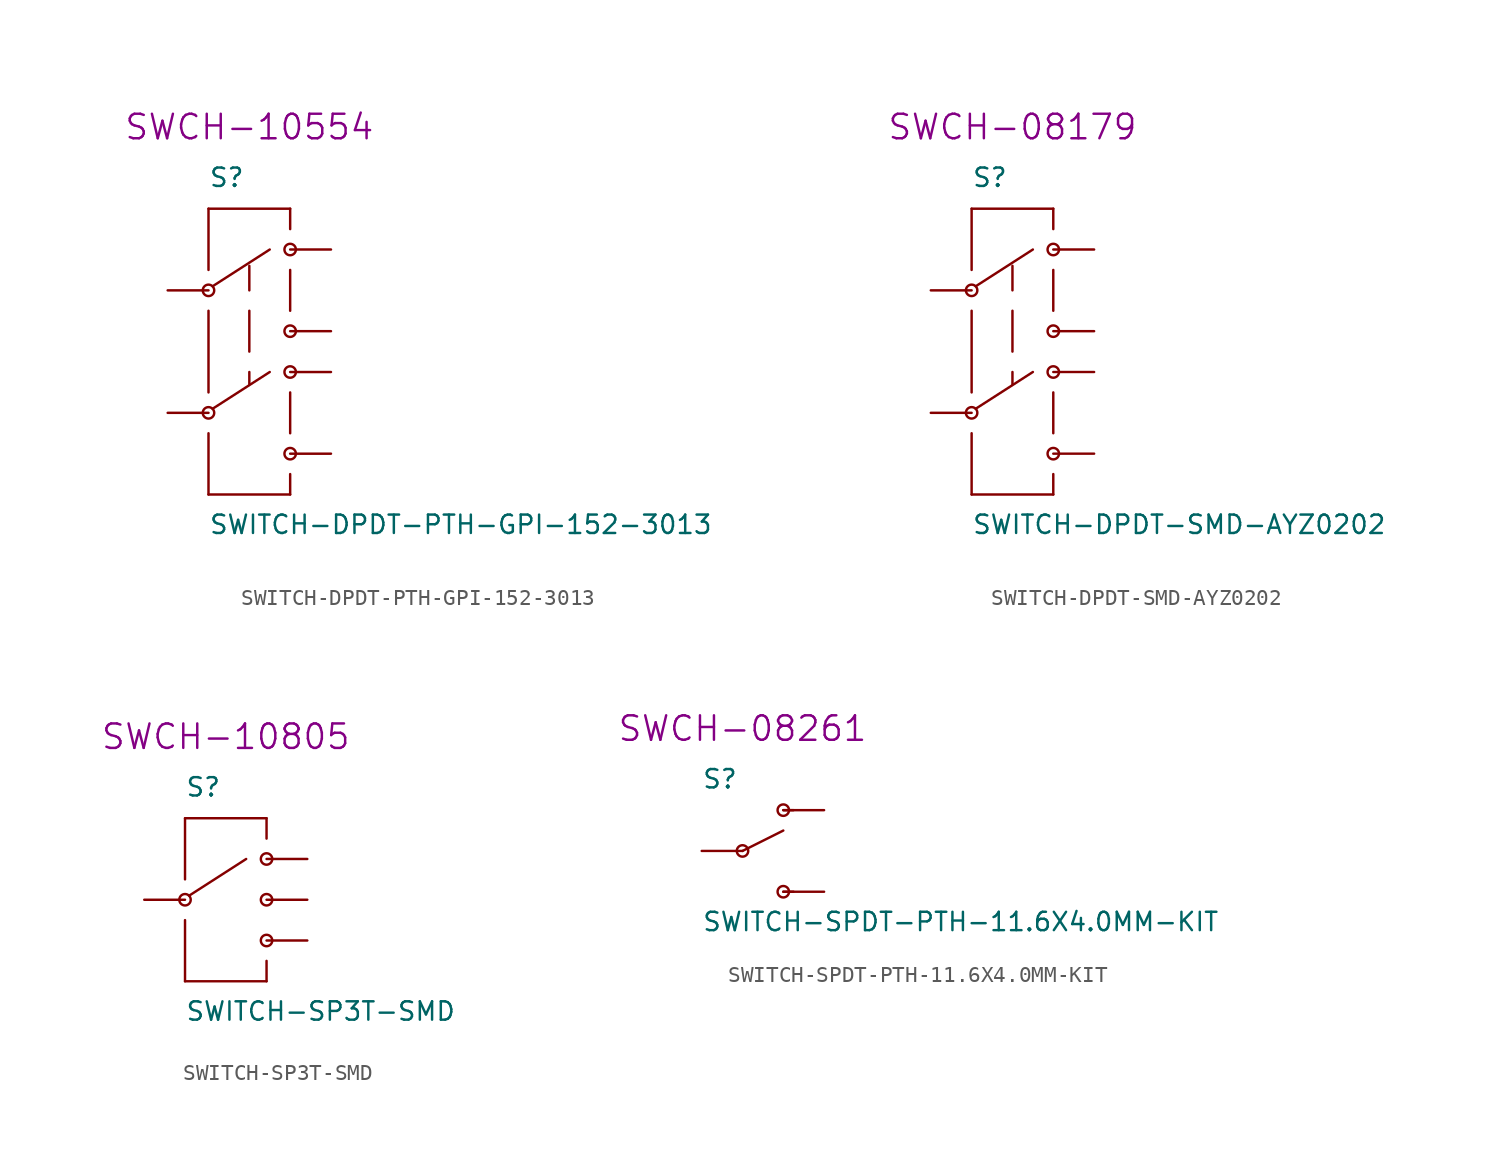
<source format=kicad_sym>
(kicad_symbol_lib
  (version 20201005)
  (generator kicad_symbol_editor)
  (symbol "SWITCH-DPDT-PTH-GPI-152-3013"
    (pin_numbers hide)
    (pin_names
      (offset 1.016) hide)
    (property "Reference" "S"
      (at -2.54 8.89 0)
      (effects (font (size 1.143 1.143)) (justify left bottom)))
    (property "Value" "SWITCH-DPDT-PTH-GPI-152-3013"
      (at -2.54 -12.7 0)
      (effects (font (size 1.143 1.143)) (justify left bottom)))
    (property "Field4" "SWCH-10554"
      (at 0 12.7 0)
      (effects (font (size 1.524 1.524))))
    (property "ki_locked" ""
      (at 0 0 0)
      (effects (font (size 1.27 1.27))))
    (symbol "SWITCH-DPDT-PTH-GPI-152-3013_1_0"
      (polyline (pts (xy -2.54 -10.16) (xy 2.54 -10.16)) (stroke (width 0)) (fill (type none)))
      (polyline (pts (xy -2.54 -6.35) (xy -2.54 -10.16)) (stroke (width 0)) (fill (type none)))
      (polyline (pts (xy -2.54 1.27) (xy -2.54 -3.81)) (stroke (width 0)) (fill (type none)))
      (polyline (pts (xy -2.54 7.62) (xy -2.54 3.81)) (stroke (width 0)) (fill (type none)))
      (polyline (pts (xy -2.286 -4.826) (xy 1.27 -2.54)) (stroke (width 0)) (fill (type none)))
      (polyline (pts (xy 0 -2.54) (xy 0 -3.302)) (stroke (width 0)) (fill (type none)))
      (polyline (pts (xy 0 1.27) (xy 0 -1.27)) (stroke (width 0)) (fill (type none)))
      (polyline (pts (xy 0 4.064) (xy 0 2.54)) (stroke (width 0)) (fill (type none)))
      (polyline (pts (xy 1.27 5.08) (xy -2.286 2.794)) (stroke (width 0)) (fill (type none)))
      (polyline (pts (xy 2.54 -10.16) (xy 2.54 -8.89)) (stroke (width 0)) (fill (type none)))
      (polyline (pts (xy 2.54 -6.35) (xy 2.54 -3.81)) (stroke (width 0)) (fill (type none)))
      (polyline (pts (xy 2.54 3.81) (xy 2.54 1.27)) (stroke (width 0)) (fill (type none)))
      (polyline (pts (xy 2.54 6.35) (xy 2.54 7.62)) (stroke (width 0)) (fill (type none)))
      (polyline (pts (xy 2.54 7.62) (xy -2.54 7.62)) (stroke (width 0)) (fill (type none))))
    (symbol "SWITCH-DPDT-PTH-GPI-152-3013_1_1"
      (circle (center -2.54 -5.08) (radius 0.356) (stroke (width 0)) (fill (type none)))
      (circle (center -2.54 2.54) (radius 0.356) (stroke (width 0)) (fill (type none)))
      (circle (center 2.54 -7.62) (radius 0.356) (stroke (width 0)) (fill (type none)))
      (circle (center 2.54 -2.54) (radius 0.356) (stroke (width 0)) (fill (type none)))
      (circle (center 2.54 0) (radius 0.356) (stroke (width 0)) (fill (type none)))
      (circle (center 2.54 5.08) (radius 0.356) (stroke (width 0)) (fill (type none)))
      (pin bidirectional line (at 5.08 5.08 180) (length 2.54) (name "1" (effects (font (size 1.016 1.016)))) (number "10" (effects (font (size 1.016 1.016)))))
      (pin bidirectional line (at 5.08 0 180) (length 2.54) (name "3" (effects (font (size 1.016 1.016)))) (number "20" (effects (font (size 1.016 1.016)))))
      (pin bidirectional line (at 5.08 -2.54 180) (length 2.54) (name "4" (effects (font (size 1.016 1.016)))) (number "11" (effects (font (size 1.016 1.016)))))
      (pin bidirectional line (at 5.08 -7.62 180) (length 2.54) (name "6" (effects (font (size 1.016 1.016)))) (number "21" (effects (font (size 1.016 1.016)))))
      (pin bidirectional line (at -5.08 2.54 0) (length 2.54) (name "2" (effects (font (size 1.016 1.016)))) (number "C@1" (effects (font (size 1.016 1.016)))))
      (pin bidirectional line (at -5.08 -5.08 0) (length 2.54) (name "5" (effects (font (size 1.016 1.016)))) (number "C@2" (effects (font (size 1.016 1.016)))))))
  (symbol "SWITCH-DPDT-SMD-AYZ0202"
    (pin_numbers hide)
    (pin_names
      (offset 1.016) hide)
    (property "Reference" "S"
      (at -2.54 8.89 0)
      (effects (font (size 1.143 1.143)) (justify left bottom)))
    (property "Value" "SWITCH-DPDT-SMD-AYZ0202"
      (at -2.54 -12.7 0)
      (effects (font (size 1.143 1.143)) (justify left bottom)))
    (property "Field4" "SWCH-08179"
      (at 0 12.7 0)
      (effects (font (size 1.524 1.524))))
    (property "ki_locked" ""
      (at 0 0 0)
      (effects (font (size 1.27 1.27))))
    (symbol "SWITCH-DPDT-SMD-AYZ0202_1_0"
      (polyline (pts (xy -2.54 -10.16) (xy 2.54 -10.16)) (stroke (width 0)) (fill (type none)))
      (polyline (pts (xy -2.54 -6.35) (xy -2.54 -10.16)) (stroke (width 0)) (fill (type none)))
      (polyline (pts (xy -2.54 1.27) (xy -2.54 -3.81)) (stroke (width 0)) (fill (type none)))
      (polyline (pts (xy -2.54 7.62) (xy -2.54 3.81)) (stroke (width 0)) (fill (type none)))
      (polyline (pts (xy -2.286 -4.826) (xy 1.27 -2.54)) (stroke (width 0)) (fill (type none)))
      (polyline (pts (xy 0 -2.54) (xy 0 -3.302)) (stroke (width 0)) (fill (type none)))
      (polyline (pts (xy 0 1.27) (xy 0 -1.27)) (stroke (width 0)) (fill (type none)))
      (polyline (pts (xy 0 4.064) (xy 0 2.54)) (stroke (width 0)) (fill (type none)))
      (polyline (pts (xy 1.27 5.08) (xy -2.286 2.794)) (stroke (width 0)) (fill (type none)))
      (polyline (pts (xy 2.54 -10.16) (xy 2.54 -8.89)) (stroke (width 0)) (fill (type none)))
      (polyline (pts (xy 2.54 -6.35) (xy 2.54 -3.81)) (stroke (width 0)) (fill (type none)))
      (polyline (pts (xy 2.54 3.81) (xy 2.54 1.27)) (stroke (width 0)) (fill (type none)))
      (polyline (pts (xy 2.54 6.35) (xy 2.54 7.62)) (stroke (width 0)) (fill (type none)))
      (polyline (pts (xy 2.54 7.62) (xy -2.54 7.62)) (stroke (width 0)) (fill (type none))))
    (symbol "SWITCH-DPDT-SMD-AYZ0202_1_1"
      (circle (center -2.54 -5.08) (radius 0.356) (stroke (width 0)) (fill (type none)))
      (circle (center -2.54 2.54) (radius 0.356) (stroke (width 0)) (fill (type none)))
      (circle (center 2.54 -7.62) (radius 0.356) (stroke (width 0)) (fill (type none)))
      (circle (center 2.54 -2.54) (radius 0.356) (stroke (width 0)) (fill (type none)))
      (circle (center 2.54 0) (radius 0.356) (stroke (width 0)) (fill (type none)))
      (circle (center 2.54 5.08) (radius 0.356) (stroke (width 0)) (fill (type none)))
      (pin bidirectional line (at 5.08 5.08 180) (length 2.54) (name "1" (effects (font (size 1.016 1.016)))) (number "1" (effects (font (size 1.016 1.016)))))
      (pin bidirectional line (at -5.08 2.54 0) (length 2.54) (name "2" (effects (font (size 1.016 1.016)))) (number "2" (effects (font (size 1.016 1.016)))))
      (pin bidirectional line (at 5.08 0 180) (length 2.54) (name "3" (effects (font (size 1.016 1.016)))) (number "3" (effects (font (size 1.016 1.016)))))
      (pin bidirectional line (at 5.08 -2.54 180) (length 2.54) (name "4" (effects (font (size 1.016 1.016)))) (number "4" (effects (font (size 1.016 1.016)))))
      (pin bidirectional line (at -5.08 -5.08 0) (length 2.54) (name "5" (effects (font (size 1.016 1.016)))) (number "5" (effects (font (size 1.016 1.016)))))
      (pin bidirectional line (at 5.08 -7.62 180) (length 2.54) (name "6" (effects (font (size 1.016 1.016)))) (number "6" (effects (font (size 1.016 1.016)))))))
  (symbol "SWITCH-SP3T-SMD"
    (pin_numbers hide)
    (pin_names
      (offset 1.016) hide)
    (property "Reference" "S"
      (at -2.54 6.35 0)
      (effects (font (size 1.143 1.143)) (justify left bottom)))
    (property "Value" "SWITCH-SP3T-SMD"
      (at -2.54 -7.62 0)
      (effects (font (size 1.143 1.143)) (justify left bottom)))
    (property "Field4" "SWCH-10805"
      (at 0 10.16 0)
      (effects (font (size 1.524 1.524))))
    (property "ki_locked" ""
      (at 0 0 0)
      (effects (font (size 1.27 1.27))))
    (symbol "SWITCH-SP3T-SMD_1_0"
      (polyline (pts (xy -2.54 -5.08) (xy 2.54 -5.08)) (stroke (width 0)) (fill (type none)))
      (polyline (pts (xy -2.54 -1.27) (xy -2.54 -5.08)) (stroke (width 0)) (fill (type none)))
      (polyline (pts (xy -2.54 1.27) (xy -2.54 5.08)) (stroke (width 0)) (fill (type none)))
      (polyline (pts (xy 1.27 2.54) (xy -2.286 0.254)) (stroke (width 0)) (fill (type none)))
      (polyline (pts (xy 2.54 -5.08) (xy 2.54 -3.81)) (stroke (width 0)) (fill (type none)))
      (polyline (pts (xy 2.54 3.81) (xy 2.54 5.08)) (stroke (width 0)) (fill (type none)))
      (polyline (pts (xy 2.54 5.08) (xy -2.54 5.08)) (stroke (width 0)) (fill (type none))))
    (symbol "SWITCH-SP3T-SMD_1_1"
      (circle (center -2.54 0) (radius 0.356) (stroke (width 0)) (fill (type none)))
      (circle (center 2.54 -2.54) (radius 0.356) (stroke (width 0)) (fill (type none)))
      (circle (center 2.54 0) (radius 0.356) (stroke (width 0)) (fill (type none)))
      (circle (center 2.54 2.54) (radius 0.356) (stroke (width 0)) (fill (type none)))
      (pin bidirectional line (at 5.08 2.54 180) (length 2.54) (name "1" (effects (font (size 1.016 1.016)))) (number "1" (effects (font (size 1.016 1.016)))))
      (pin bidirectional line (at 5.08 0 180) (length 2.54) (name "2" (effects (font (size 1.016 1.016)))) (number "2" (effects (font (size 1.016 1.016)))))
      (pin bidirectional line (at -5.08 0 0) (length 2.54) (name "3" (effects (font (size 1.016 1.016)))) (number "3" (effects (font (size 1.016 1.016)))))
      (pin bidirectional line (at 5.08 -2.54 180) (length 2.54) (name "4" (effects (font (size 1.016 1.016)))) (number "4" (effects (font (size 1.016 1.016)))))))
  (symbol "SWITCH-SPDT-PTH-11.6X4.0MM-KIT"
    (pin_numbers hide)
    (pin_names
      (offset 1.016) hide)
    (property "Reference" "S"
      (at -2.54 3.81 0)
      (effects (font (size 1.143 1.143)) (justify left bottom)))
    (property "Value" "SWITCH-SPDT-PTH-11.6X4.0MM-KIT"
      (at -2.54 -5.08 0)
      (effects (font (size 1.143 1.143)) (justify left bottom)))
    (property "Field4" "SWCH-08261"
      (at 0 7.62 0)
      (effects (font (size 1.524 1.524))))
    (property "ki_locked" ""
      (at 0 0 0)
      (effects (font (size 1.27 1.27))))
    (symbol "SWITCH-SPDT-PTH-11.6X4.0MM-KIT_1_0"
      (polyline (pts (xy 0 0) (xy 2.54 1.27)) (stroke (width 0)) (fill (type none)))
      (polyline (pts (xy 2.54 -2.54) (xy 3.175 -2.54)) (stroke (width 0)) (fill (type none)))
      (polyline (pts (xy 2.54 2.54) (xy 3.175 2.54)) (stroke (width 0)) (fill (type none))))
    (symbol "SWITCH-SPDT-PTH-11.6X4.0MM-KIT_1_1"
      (circle (center 0 0) (radius 0.356) (stroke (width 0)) (fill (type none)))
      (circle (center 2.54 -2.54) (radius 0.356) (stroke (width 0)) (fill (type none)))
      (circle (center 2.54 2.54) (radius 0.356) (stroke (width 0)) (fill (type none)))
      (pin passive line (at 5.08 2.54 180) (length 2.54) (name "O" (effects (font (size 1.016 1.016)))) (number "1" (effects (font (size 1.016 1.016)))))
      (pin passive line (at -2.54 0 0) (length 2.54) (name "P" (effects (font (size 1.016 1.016)))) (number "2" (effects (font (size 1.016 1.016)))))
      (pin passive line (at 5.08 -2.54 180) (length 2.54) (name "S" (effects (font (size 1.016 1.016)))) (number "3" (effects (font (size 1.016 1.016))))))))
</source>
